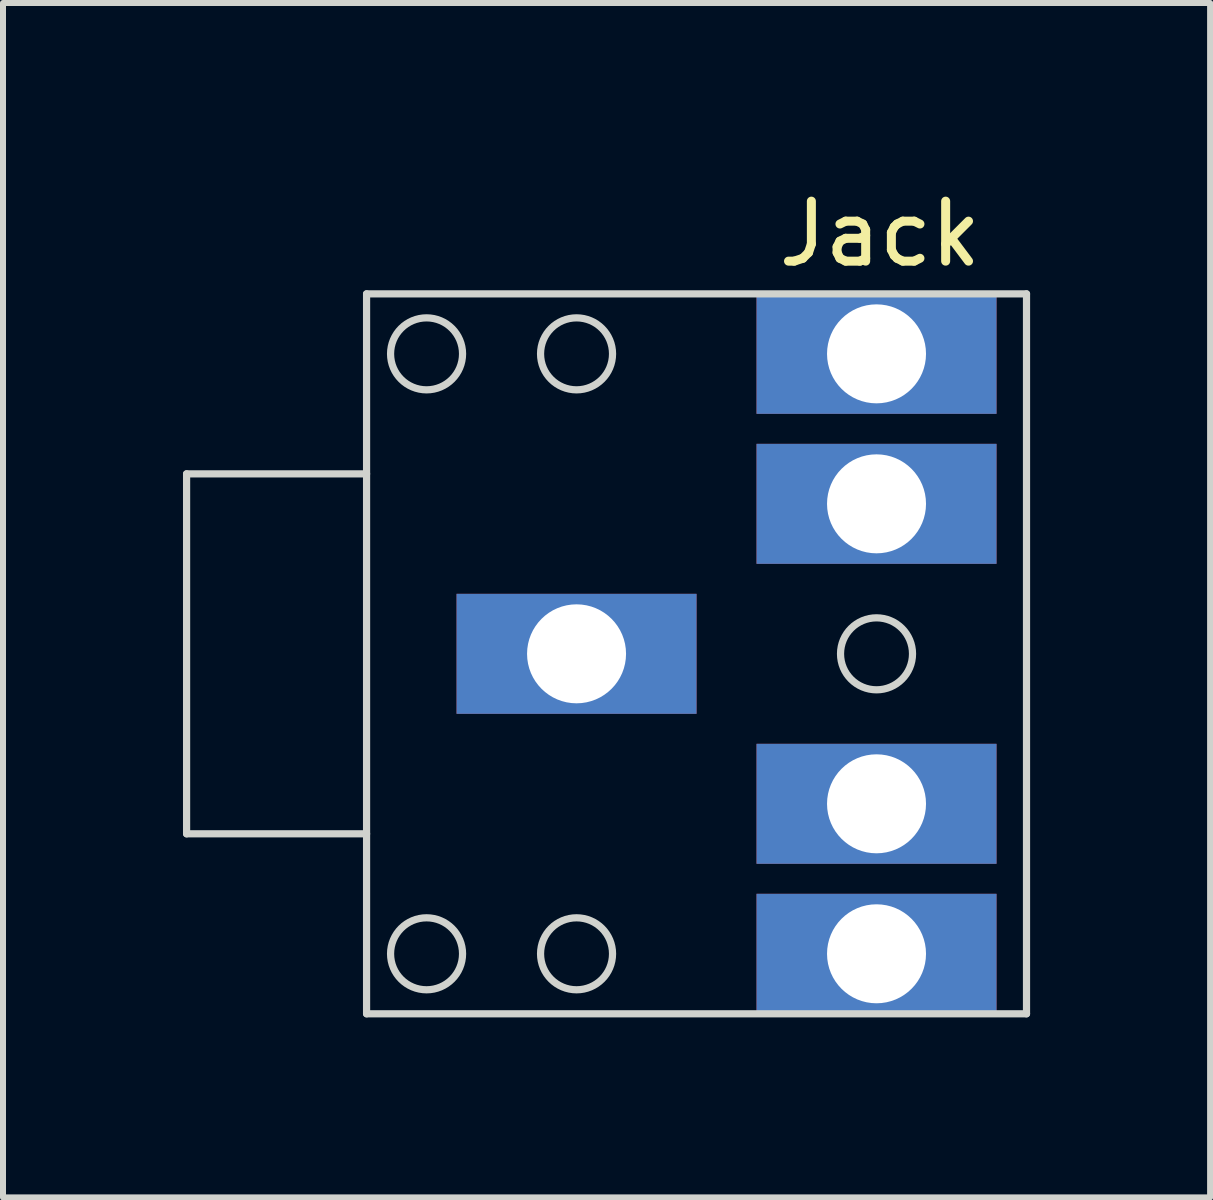
<source format=kicad_pcb>
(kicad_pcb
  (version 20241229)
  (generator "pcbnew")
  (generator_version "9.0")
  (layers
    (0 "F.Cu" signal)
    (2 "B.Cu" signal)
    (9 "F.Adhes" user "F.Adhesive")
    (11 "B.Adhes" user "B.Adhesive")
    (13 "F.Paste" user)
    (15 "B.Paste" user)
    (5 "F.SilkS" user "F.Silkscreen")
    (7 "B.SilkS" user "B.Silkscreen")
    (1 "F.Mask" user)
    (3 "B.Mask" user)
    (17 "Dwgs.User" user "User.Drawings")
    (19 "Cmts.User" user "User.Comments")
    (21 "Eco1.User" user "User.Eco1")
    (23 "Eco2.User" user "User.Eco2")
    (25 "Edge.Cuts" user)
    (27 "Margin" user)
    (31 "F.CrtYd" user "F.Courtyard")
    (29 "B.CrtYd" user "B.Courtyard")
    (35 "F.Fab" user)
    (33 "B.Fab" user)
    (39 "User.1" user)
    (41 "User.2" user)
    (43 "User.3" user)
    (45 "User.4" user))
  (footprint "Jack"
    (layer "F.Cu")
    (at 11.56 7.848)
    (property "Reference" "Jack" (at 0.057 -7 0) (unlocked yes) (layer "F.SilkS") (effects (font (size 1 1) (thickness 0.15))))
    (attr through_hole)
    (fp_line (start -11.5 -3) (end -11.5 3) (stroke (width 0.12) (type solid)) (layer "Edge.Cuts"))
    (fp_line (start -11.5 -3) (end -8.5 -3) (stroke (width 0.12) (type solid)) (layer "Edge.Cuts"))
    (fp_line (start -11.5 3) (end -8.5 3) (stroke (width 0.12) (type solid)) (layer "Edge.Cuts"))
    (fp_line (start -8.5 -6) (end -8.5 6) (stroke (width 0.12) (type solid)) (layer "Edge.Cuts"))
    (fp_line (start -8.5 -6) (end 2.5 -6) (stroke (width 0.12) (type solid)) (layer "Edge.Cuts"))
    (fp_line (start 2.5 -6) (end 2.5 6) (stroke (width 0.12) (type solid)) (layer "Edge.Cuts"))
    (fp_line (start 2.5 6) (end -8.5 6) (stroke (width 0.12) (type solid)) (layer "Edge.Cuts"))
    (fp_circle (center -7.5 -5) (end -6.9 -5) (stroke (width 0.12) (type solid)) (fill no) (layer "Edge.Cuts"))
    (fp_circle (center -7.5 5) (end -6.9 5) (stroke (width 0.12) (type solid)) (fill no) (layer "Edge.Cuts"))
    (fp_circle (center -5 -5) (end -4.4 -5) (stroke (width 0.12) (type solid)) (fill no) (layer "Edge.Cuts"))
    (fp_circle (center -5 5) (end -4.4 5) (stroke (width 0.12) (type solid)) (fill no) (layer "Edge.Cuts"))
    (fp_circle (center 0 0) (end 0.6 0) (stroke (width 0.12) (type solid)) (fill no) (layer "Edge.Cuts"))
    (pad "1" thru_hole rect (at -5 0) (size 4 2) (drill 1.65) (layers "*.Cu" "*.Mask"))
    (pad "2" thru_hole rect (at 0 5) (size 4 2) (drill 1.65) (layers "*.Cu" "*.Mask"))
    (pad "3" thru_hole rect (at 0 2.5) (size 4 2) (drill 1.65) (layers "*.Cu" "*.Mask"))
    (pad "4" thru_hole rect (at 0 -2.5) (size 4 2) (drill 1.65) (layers "*.Cu" "*.Mask"))
    (pad "5" thru_hole rect (at 0 -5) (size 4 2) (drill 1.65) (layers "*.Cu" "*.Mask")))
  (gr_rect
    (start -3 -3)
    (end 17.12 16.908)
    (stroke (width 0.1) (type default))
    (fill no)
    (layer "Edge.Cuts")))
</source>
